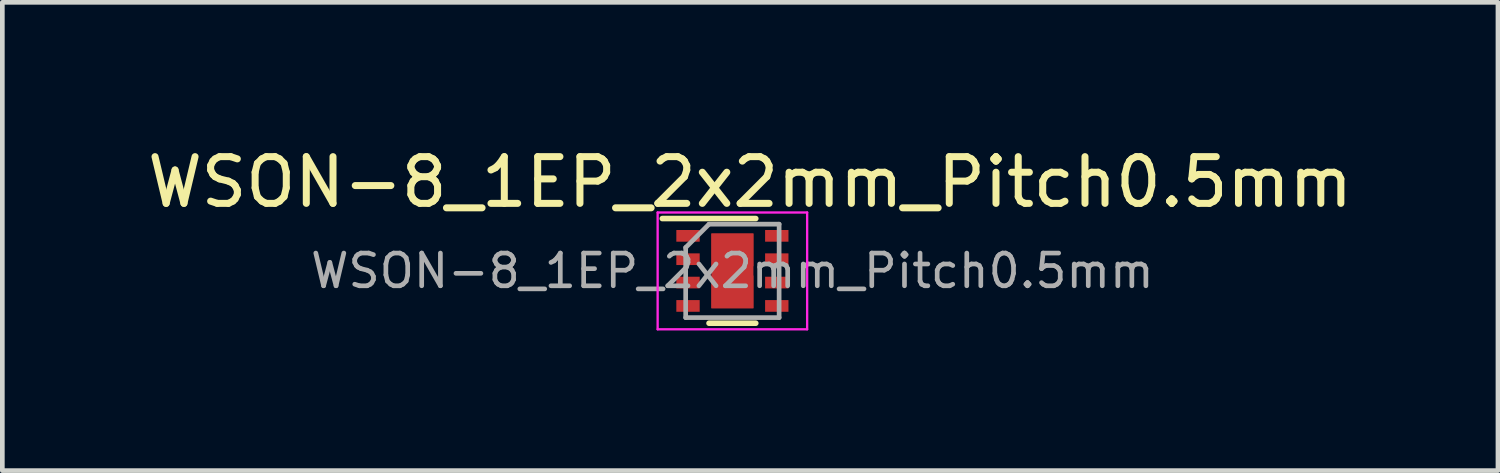
<source format=kicad_pcb>
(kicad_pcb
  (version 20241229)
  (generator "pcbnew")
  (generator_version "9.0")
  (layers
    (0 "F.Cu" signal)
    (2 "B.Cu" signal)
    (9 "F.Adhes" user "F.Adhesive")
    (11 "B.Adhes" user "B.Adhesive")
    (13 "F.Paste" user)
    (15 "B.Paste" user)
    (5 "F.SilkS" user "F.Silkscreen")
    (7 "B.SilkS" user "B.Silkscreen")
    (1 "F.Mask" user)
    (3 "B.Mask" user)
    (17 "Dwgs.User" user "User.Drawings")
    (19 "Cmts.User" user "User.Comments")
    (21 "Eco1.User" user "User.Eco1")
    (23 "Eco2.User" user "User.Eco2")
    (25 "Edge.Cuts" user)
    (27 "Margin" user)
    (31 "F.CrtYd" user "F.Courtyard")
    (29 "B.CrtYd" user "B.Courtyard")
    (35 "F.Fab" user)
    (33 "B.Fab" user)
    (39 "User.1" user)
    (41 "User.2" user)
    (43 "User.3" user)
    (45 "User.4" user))
  (footprint "WSON-8_1EP_2x2mm_Pitch0.5mm"
    (layer "F.Cu")
    (at 12.626 2.748)
    (property "Reference" "WSON-8_1EP_2x2mm_Pitch0.5mm" (at 0.38 -1.9 0) (layer "F.SilkS") (effects (font (size 1 1) (thickness 0.15))))
    (attr smd)
    (fp_line (start -1.5 -1.12) (end 0.5 -1.12) (stroke (width 0.12) (type solid)) (layer "F.SilkS"))
    (fp_line (start 0.5 1.12) (end -0.5 1.12) (stroke (width 0.12) (type solid)) (layer "F.SilkS"))
    (fp_line (start -1.6 -1.25) (end -1.6 1.25) (stroke (width 0.05) (type solid)) (layer "F.CrtYd"))
    (fp_line (start -1.6 -1.25) (end 1.6 -1.25) (stroke (width 0.05) (type solid)) (layer "F.CrtYd"))
    (fp_line (start -1.6 1.25) (end 1.6 1.25) (stroke (width 0.05) (type solid)) (layer "F.CrtYd"))
    (fp_line (start 1.6 -1.25) (end 1.6 1.25) (stroke (width 0.05) (type solid)) (layer "F.CrtYd"))
    (fp_line (start -1 1) (end -1 -0.5) (stroke (width 0.1) (type solid)) (layer "F.Fab"))
    (fp_line (start -0.5 -1) (end -1 -0.5) (stroke (width 0.1) (type solid)) (layer "F.Fab"))
    (fp_line (start -0.5 -1) (end 1 -1) (stroke (width 0.1) (type solid)) (layer "F.Fab"))
    (fp_line (start 1 -1) (end 1 1) (stroke (width 0.1) (type solid)) (layer "F.Fab"))
    (fp_line (start 1 1) (end -1 1) (stroke (width 0.1) (type solid)) (layer "F.Fab"))
    (fp_text user "${REFERENCE}" (at 0 0 0) (layer "F.Fab") (effects (font (size 0.7 0.7) (thickness 0.1))))
    (pad "1" smd rect (at -0.95 -0.75) (size 0.5 0.25) (layers "F.Cu" "F.Mask" "F.Paste"))
    (pad "2" smd rect (at -0.95 -0.25) (size 0.5 0.25) (layers "F.Cu" "F.Mask" "F.Paste"))
    (pad "3" smd rect (at -0.95 0.25) (size 0.5 0.25) (layers "F.Cu" "F.Mask" "F.Paste"))
    (pad "4" smd rect (at -0.95 0.75) (size 0.5 0.25) (layers "F.Cu" "F.Mask" "F.Paste"))
    (pad "5" smd rect (at 0.95 0.75) (size 0.5 0.25) (layers "F.Cu" "F.Mask" "F.Paste"))
    (pad "6" smd rect (at 0.95 0.25) (size 0.5 0.25) (layers "F.Cu" "F.Mask" "F.Paste"))
    (pad "7" smd rect (at 0.95 -0.25) (size 0.5 0.25) (layers "F.Cu" "F.Mask" "F.Paste"))
    (pad "8" smd rect (at 0.95 -0.75) (size 0.5 0.25) (layers "F.Cu" "F.Mask" "F.Paste"))
    (pad "9" smd rect (at 0 -0.45) (size 0.9 0.7) (layers "F.Cu" "F.Paste"))
    (pad "9" smd rect (at 0 0) (size 0.9 1.6) (layers "F.Cu" "F.Mask"))
    (pad "9" smd rect (at 0 0.45) (size 0.9 0.7) (layers "F.Cu" "F.Paste")))
  (gr_rect
    (start -3 -3)
    (end 29.012 7.023)
    (stroke (width 0.1) (type default))
    (fill no)
    (layer "Edge.Cuts")))
</source>
